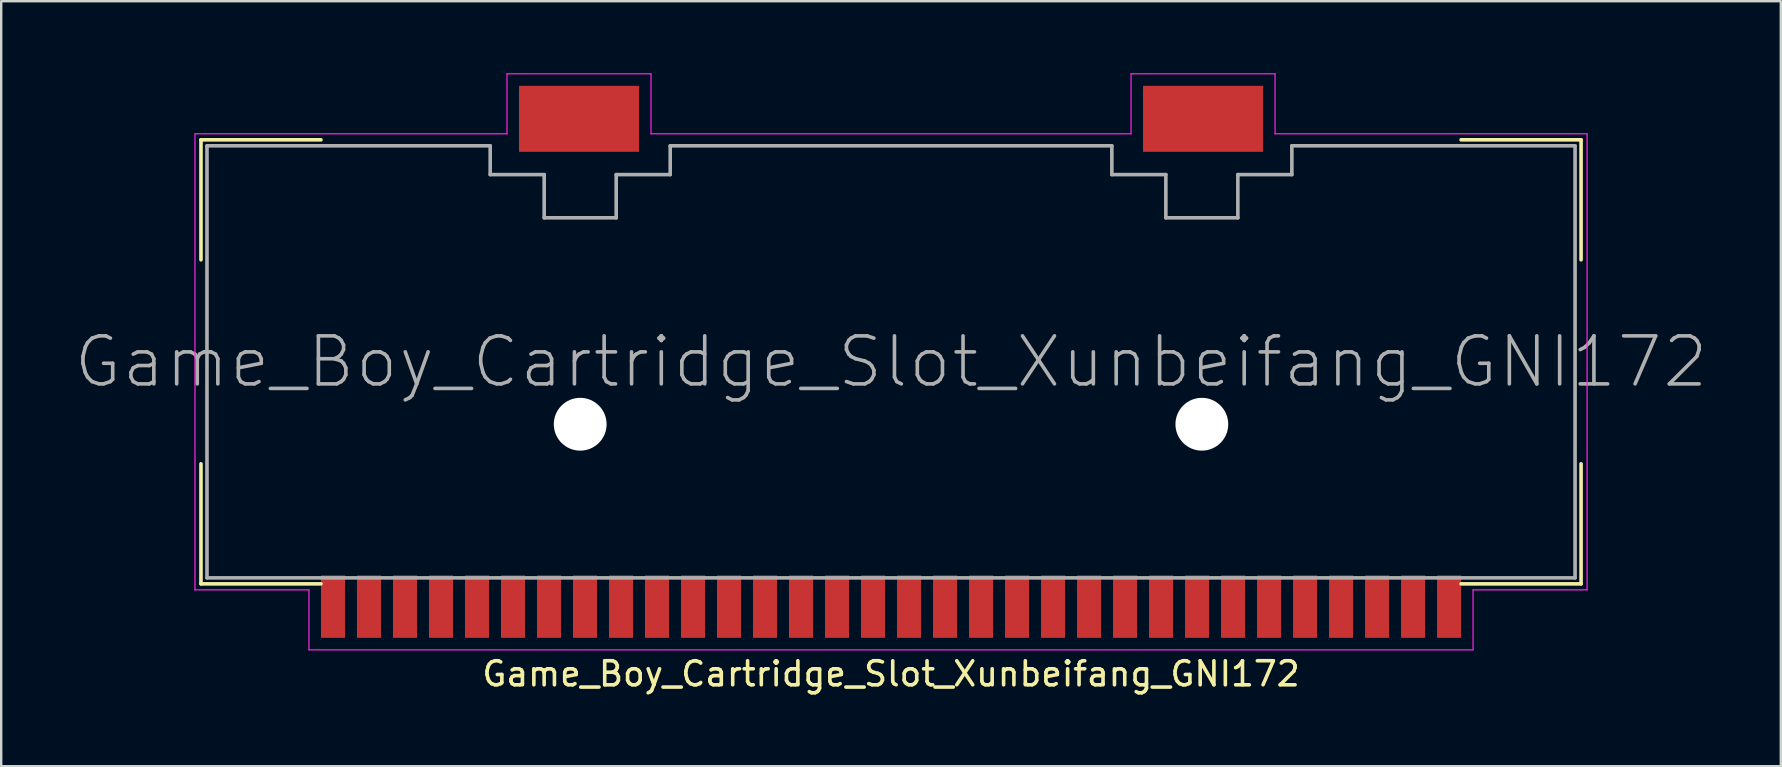
<source format=kicad_pcb>
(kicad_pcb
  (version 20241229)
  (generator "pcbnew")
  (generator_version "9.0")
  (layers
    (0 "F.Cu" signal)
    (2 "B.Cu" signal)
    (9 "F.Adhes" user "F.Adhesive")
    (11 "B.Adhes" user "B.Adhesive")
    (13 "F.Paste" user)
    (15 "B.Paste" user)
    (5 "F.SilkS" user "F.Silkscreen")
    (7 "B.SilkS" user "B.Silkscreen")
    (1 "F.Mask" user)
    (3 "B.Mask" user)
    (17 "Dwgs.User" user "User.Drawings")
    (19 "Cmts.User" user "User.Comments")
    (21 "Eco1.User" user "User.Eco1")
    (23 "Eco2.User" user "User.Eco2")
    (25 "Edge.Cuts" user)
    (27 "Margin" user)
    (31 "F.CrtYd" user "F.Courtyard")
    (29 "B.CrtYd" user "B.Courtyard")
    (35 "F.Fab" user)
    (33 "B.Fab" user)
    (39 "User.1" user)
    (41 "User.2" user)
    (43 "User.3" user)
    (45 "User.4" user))
  (footprint "Game_Boy_Cartridge_Slot_Xunbeifang_GNI172"
    (layer "F.Cu")
    (at 34.073 12.025)
    (property "Reference" "Game_Boy_Cartridge_Slot_Xunbeifang_GNI172" (at 0 13 0) (layer "F.SilkS") (effects (font (size 1 1) (thickness 0.15))))
    (attr through_hole)
    (fp_line (start -28.75 -9.25) (end -28.75 -4.25) (stroke (width 0.15) (type solid)) (layer "F.SilkS"))
    (fp_line (start -28.75 -9.25) (end -23.75 -9.25) (stroke (width 0.15) (type solid)) (layer "F.SilkS"))
    (fp_line (start -28.75 9.25) (end -28.75 4.25) (stroke (width 0.15) (type solid)) (layer "F.SilkS"))
    (fp_line (start -28.75 9.25) (end -23.75 9.25) (stroke (width 0.15) (type solid)) (layer "F.SilkS"))
    (fp_line (start 23.75 -9.25) (end 28.75 -9.25) (stroke (width 0.15) (type solid)) (layer "F.SilkS"))
    (fp_line (start 23.75 9.25) (end 28.75 9.25) (stroke (width 0.15) (type solid)) (layer "F.SilkS"))
    (fp_line (start 28.75 -9.25) (end 28.75 -4.25) (stroke (width 0.15) (type solid)) (layer "F.SilkS"))
    (fp_line (start 28.75 9.25) (end 28.75 4.25) (stroke (width 0.15) (type solid)) (layer "F.SilkS"))
    (fp_line (start -29 -9.5) (end -16 -9.5) (stroke (width 0.05) (type solid)) (layer "F.CrtYd"))
    (fp_line (start -29 9.5) (end -29 -9.5) (stroke (width 0.05) (type solid)) (layer "F.CrtYd"))
    (fp_line (start -24.25 9.5) (end -29 9.5) (stroke (width 0.05) (type solid)) (layer "F.CrtYd"))
    (fp_line (start -24.25 9.5) (end -24.25 12) (stroke (width 0.05) (type solid)) (layer "F.CrtYd"))
    (fp_line (start -16 -12) (end -16 -9.5) (stroke (width 0.05) (type solid)) (layer "F.CrtYd"))
    (fp_line (start -16 -12) (end -10 -12) (stroke (width 0.05) (type solid)) (layer "F.CrtYd"))
    (fp_line (start -10 -12) (end -10 -9.5) (stroke (width 0.05) (type solid)) (layer "F.CrtYd"))
    (fp_line (start -10 -9.5) (end 10 -9.5) (stroke (width 0.05) (type solid)) (layer "F.CrtYd"))
    (fp_line (start 10 -12) (end 16 -12) (stroke (width 0.05) (type solid)) (layer "F.CrtYd"))
    (fp_line (start 10 -9.5) (end 10 -12) (stroke (width 0.05) (type solid)) (layer "F.CrtYd"))
    (fp_line (start 16 -12) (end 16 -9.5) (stroke (width 0.05) (type solid)) (layer "F.CrtYd"))
    (fp_line (start 16 -9.5) (end 29 -9.5) (stroke (width 0.05) (type solid)) (layer "F.CrtYd"))
    (fp_line (start 24.25 9.5) (end 24.25 12) (stroke (width 0.05) (type solid)) (layer "F.CrtYd"))
    (fp_line (start 24.25 12) (end -24.25 12) (stroke (width 0.05) (type solid)) (layer "F.CrtYd"))
    (fp_line (start 29 -9.5) (end 29 9.5) (stroke (width 0.05) (type solid)) (layer "F.CrtYd"))
    (fp_line (start 29 9.5) (end 24.25 9.5) (stroke (width 0.05) (type solid)) (layer "F.CrtYd"))
    (fp_line (start -28.5 -9) (end -28.5 9) (stroke (width 0.15) (type solid)) (layer "F.Fab"))
    (fp_line (start -28.5 -9) (end -16.7 -9) (stroke (width 0.15) (type solid)) (layer "F.Fab"))
    (fp_line (start -16.7 -9) (end -16.7 -7.8) (stroke (width 0.15) (type solid)) (layer "F.Fab"))
    (fp_line (start -16.7 -7.8) (end -14.45 -7.8) (stroke (width 0.15) (type solid)) (layer "F.Fab"))
    (fp_line (start -14.45 -7.8) (end -14.45 -6) (stroke (width 0.15) (type solid)) (layer "F.Fab"))
    (fp_line (start -14.45 -6) (end -11.45 -6) (stroke (width 0.15) (type solid)) (layer "F.Fab"))
    (fp_line (start -11.45 -7.8) (end -9.2 -7.8) (stroke (width 0.15) (type solid)) (layer "F.Fab"))
    (fp_line (start -11.45 -6) (end -11.45 -7.8) (stroke (width 0.15) (type solid)) (layer "F.Fab"))
    (fp_line (start -9.2 -9) (end -9.2 -7.8) (stroke (width 0.15) (type solid)) (layer "F.Fab"))
    (fp_line (start -9.2 -9) (end 9.2 -9) (stroke (width 0.15) (type solid)) (layer "F.Fab"))
    (fp_line (start 9.2 -9) (end 9.2 -7.8) (stroke (width 0.15) (type solid)) (layer "F.Fab"))
    (fp_line (start 9.2 -7.8) (end 11.45 -7.8) (stroke (width 0.15) (type solid)) (layer "F.Fab"))
    (fp_line (start 11.45 -6) (end 11.45 -7.8) (stroke (width 0.15) (type solid)) (layer "F.Fab"))
    (fp_line (start 11.45 -6) (end 14.45 -6) (stroke (width 0.15) (type solid)) (layer "F.Fab"))
    (fp_line (start 14.45 -7.8) (end 14.45 -6) (stroke (width 0.15) (type solid)) (layer "F.Fab"))
    (fp_line (start 14.45 -7.8) (end 16.7 -7.8) (stroke (width 0.15) (type solid)) (layer "F.Fab"))
    (fp_line (start 16.7 -9) (end 16.7 -7.8) (stroke (width 0.15) (type solid)) (layer "F.Fab"))
    (fp_line (start 28.5 -9) (end 16.7 -9) (stroke (width 0.15) (type solid)) (layer "F.Fab"))
    (fp_line (start 28.5 -9) (end 28.5 9) (stroke (width 0.15) (type solid)) (layer "F.Fab"))
    (fp_line (start 28.5 9) (end -28.5 9) (stroke (width 0.15) (type solid)) (layer "F.Fab"))
    (fp_text user "${REFERENCE}" (at 0 0 0) (layer "F.Fab") (effects (font (size 2 2) (thickness 0.15))))
    (pad "" np_thru_hole circle (at -12.95 2.6) (size 2.2 2.2) (drill 2.2) (layers "*.Cu" "*.Mask"))
    (pad "" np_thru_hole circle (at 12.95 2.6) (size 2.2 2.2) (drill 2.2) (layers "*.Cu" "*.Mask"))
    (pad "1" smd rect (at -23.25 10.2) (size 1 2.6) (layers "F.Cu" "F.Mask" "F.Paste"))
    (pad "2" smd rect (at -21.75 10.2) (size 1 2.6) (layers "F.Cu" "F.Mask" "F.Paste"))
    (pad "3" smd rect (at -20.25 10.2) (size 1 2.6) (layers "F.Cu" "F.Mask" "F.Paste"))
    (pad "4" smd rect (at -18.75 10.2) (size 1 2.6) (layers "F.Cu" "F.Mask" "F.Paste"))
    (pad "5" smd rect (at -17.25 10.2) (size 1 2.6) (layers "F.Cu" "F.Mask" "F.Paste"))
    (pad "6" smd rect (at -15.75 10.2) (size 1 2.6) (layers "F.Cu" "F.Mask" "F.Paste"))
    (pad "7" smd rect (at -14.25 10.2) (size 1 2.6) (layers "F.Cu" "F.Mask" "F.Paste"))
    (pad "8" smd rect (at -12.75 10.2) (size 1 2.6) (layers "F.Cu" "F.Mask" "F.Paste"))
    (pad "9" smd rect (at -11.25 10.2) (size 1 2.6) (layers "F.Cu" "F.Mask" "F.Paste"))
    (pad "10" smd rect (at -9.75 10.2) (size 1 2.6) (layers "F.Cu" "F.Mask" "F.Paste"))
    (pad "11" smd rect (at -8.25 10.2) (size 1 2.6) (layers "F.Cu" "F.Mask" "F.Paste"))
    (pad "12" smd rect (at -6.75 10.2) (size 1 2.6) (layers "F.Cu" "F.Mask" "F.Paste"))
    (pad "13" smd rect (at -5.25 10.2) (size 1 2.6) (layers "F.Cu" "F.Mask" "F.Paste"))
    (pad "14" smd rect (at -3.75 10.2) (size 1 2.6) (layers "F.Cu" "F.Mask" "F.Paste"))
    (pad "15" smd rect (at -2.25 10.2) (size 1 2.6) (layers "F.Cu" "F.Mask" "F.Paste"))
    (pad "16" smd rect (at -0.75 10.2) (size 1 2.6) (layers "F.Cu" "F.Mask" "F.Paste"))
    (pad "17" smd rect (at 0.75 10.2) (size 1 2.6) (layers "F.Cu" "F.Mask" "F.Paste"))
    (pad "18" smd rect (at 2.25 10.2) (size 1 2.6) (layers "F.Cu" "F.Mask" "F.Paste"))
    (pad "19" smd rect (at 3.75 10.2) (size 1 2.6) (layers "F.Cu" "F.Mask" "F.Paste"))
    (pad "20" smd rect (at 5.25 10.2) (size 1 2.6) (layers "F.Cu" "F.Mask" "F.Paste"))
    (pad "21" smd rect (at 6.75 10.2) (size 1 2.6) (layers "F.Cu" "F.Mask" "F.Paste"))
    (pad "22" smd rect (at 8.25 10.2) (size 1 2.6) (layers "F.Cu" "F.Mask" "F.Paste"))
    (pad "23" smd rect (at 9.75 10.2) (size 1 2.6) (layers "F.Cu" "F.Mask" "F.Paste"))
    (pad "24" smd rect (at 11.25 10.2) (size 1 2.6) (layers "F.Cu" "F.Mask" "F.Paste"))
    (pad "25" smd rect (at 12.75 10.2) (size 1 2.6) (layers "F.Cu" "F.Mask" "F.Paste"))
    (pad "26" smd rect (at 14.25 10.2) (size 1 2.6) (layers "F.Cu" "F.Mask" "F.Paste"))
    (pad "27" smd rect (at 15.75 10.2) (size 1 2.6) (layers "F.Cu" "F.Mask" "F.Paste"))
    (pad "28" smd rect (at 17.25 10.2) (size 1 2.6) (layers "F.Cu" "F.Mask" "F.Paste"))
    (pad "29" smd rect (at 18.75 10.2) (size 1 2.6) (layers "F.Cu" "F.Mask" "F.Paste"))
    (pad "30" smd rect (at 20.25 10.2) (size 1 2.6) (layers "F.Cu" "F.Mask" "F.Paste"))
    (pad "31" smd rect (at 21.75 10.2) (size 1 2.6) (layers "F.Cu" "F.Mask" "F.Paste"))
    (pad "32" smd rect (at -13 -10) (size 5 2.75) (drill (offset 0 -0.125)) (layers "F.Cu" "F.Mask" "F.Paste"))
    (pad "32" smd rect (at 13 -10) (size 5 2.75) (drill (offset 0 -0.125)) (layers "F.Cu" "F.Mask" "F.Paste"))
    (pad "32" smd rect (at 23.25 10.2) (size 1 2.6) (layers "F.Cu" "F.Mask" "F.Paste")))
  (gr_rect
    (start -3 -3)
    (end 71.145 28.873)
    (stroke (width 0.1) (type default))
    (fill no)
    (layer "Edge.Cuts")))
</source>
